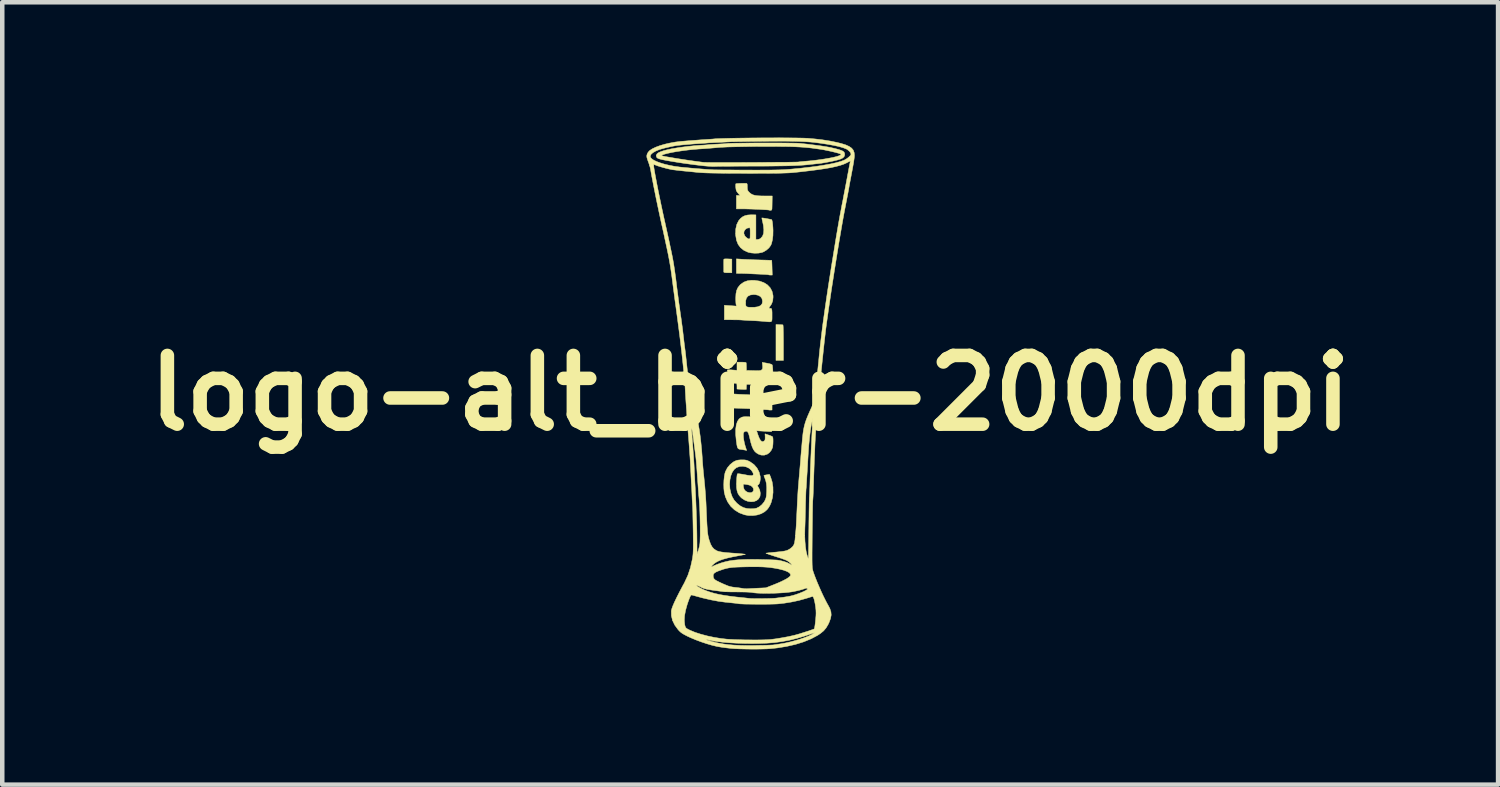
<source format=kicad_pcb>
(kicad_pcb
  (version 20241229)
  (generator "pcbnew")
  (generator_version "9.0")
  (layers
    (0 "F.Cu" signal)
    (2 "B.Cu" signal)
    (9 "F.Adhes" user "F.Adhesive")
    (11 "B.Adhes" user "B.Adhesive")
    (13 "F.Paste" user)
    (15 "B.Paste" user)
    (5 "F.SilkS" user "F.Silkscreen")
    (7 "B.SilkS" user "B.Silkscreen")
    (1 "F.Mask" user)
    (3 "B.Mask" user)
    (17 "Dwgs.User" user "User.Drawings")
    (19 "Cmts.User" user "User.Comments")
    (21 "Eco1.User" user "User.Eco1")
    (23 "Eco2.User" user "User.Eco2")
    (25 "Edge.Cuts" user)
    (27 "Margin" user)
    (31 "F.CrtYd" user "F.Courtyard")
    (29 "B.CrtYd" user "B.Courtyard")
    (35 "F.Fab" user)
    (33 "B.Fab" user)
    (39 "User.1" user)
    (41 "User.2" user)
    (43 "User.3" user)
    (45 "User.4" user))
  (footprint "logo-alt_bier-2000dpi"
    (layer "F.Cu")
    (at 13.578 5.663)
    (property "Reference" "logo-alt_bier-2000dpi" (at 0 0 0) (layer "F.SilkS") (effects (font (size 1.524 1.524) (thickness 0.3))))
    (attr through_hole)
    (fp_poly (pts (xy 0.645 -1.517) (xy 0.686 -1.515) (xy 0.716 -1.513) (xy 0.727 -1.512) (xy 0.729 -1.5) (xy 0.732 -1.465) (xy 0.733 -1.411) (xy 0.735 -1.341) (xy 0.736 -1.257) (xy 0.737 -1.164) (xy 0.737 -1.118) (xy 0.737 -0.724) (xy 0.572 -0.724) (xy 0.572 -1.52) (xy 0.645 -1.517)) (stroke (width 0.01) (type solid)) (fill yes) (layer "F.SilkS"))
    (fp_poly (pts (xy -0.495 -2.974) (xy -0.406 -2.97) (xy -0.406 -2.667) (xy -0.495 -2.667) (xy -0.547 -2.669) (xy -0.576 -2.674) (xy -0.585 -2.683) (xy -0.585 -2.708) (xy -0.585 -2.75) (xy -0.585 -2.801) (xy -0.586 -2.855) (xy -0.586 -2.904) (xy -0.585 -2.941) (xy -0.585 -2.959) (xy -0.58 -2.969) (xy -0.563 -2.974) (xy -0.528 -2.975) (xy -0.495 -2.974)) (stroke (width 0.01) (type solid)) (fill yes) (layer "F.SilkS"))
    (fp_poly (pts (xy -0.187 -2.967) (xy -0.138 -2.964) (xy -0.069 -2.961) (xy 0.013 -2.958) (xy 0.102 -2.954) (xy 0.192 -2.952) (xy 0.203 -2.951) (xy 0.284 -2.949) (xy 0.355 -2.947) (xy 0.413 -2.945) (xy 0.455 -2.943) (xy 0.476 -2.942) (xy 0.478 -2.942) (xy 0.479 -2.929) (xy 0.481 -2.896) (xy 0.483 -2.847) (xy 0.485 -2.787) (xy 0.485 -2.778) (xy 0.49 -2.616) (xy 0.45 -2.616) (xy 0.421 -2.618) (xy 0.405 -2.622) (xy 0.405 -2.622) (xy 0.391 -2.625) (xy 0.356 -2.628) (xy 0.305 -2.631) (xy 0.242 -2.634) (xy 0.209 -2.636) (xy 0.136 -2.639) (xy 0.067 -2.642) (xy 0.007 -2.645) (xy -0.035 -2.647) (xy -0.044 -2.648) (xy -0.09 -2.65) (xy -0.148 -2.652) (xy -0.206 -2.653) (xy -0.305 -2.654) (xy -0.305 -2.975) (xy -0.187 -2.967)) (stroke (width 0.01) (type solid)) (fill yes) (layer "F.SilkS"))
    (fp_poly (pts (xy -0.503 0.01) (xy -0.455 0.013) (xy -0.442 0.014) (xy -0.392 0.018) (xy -0.325 0.022) (xy -0.247 0.027) (xy -0.166 0.031) (xy -0.135 0.032) (xy -0.062 0.035) (xy 0.004 0.039) (xy 0.059 0.042) (xy 0.096 0.044) (xy 0.108 0.045) (xy 0.135 0.047) (xy 0.181 0.049) (xy 0.24 0.051) (xy 0.305 0.052) (xy 0.308 0.052) (xy 0.37 0.054) (xy 0.422 0.057) (xy 0.46 0.061) (xy 0.477 0.066) (xy 0.478 0.066) (xy 0.481 0.083) (xy 0.483 0.12) (xy 0.485 0.171) (xy 0.485 0.226) (xy 0.485 0.375) (xy 0.452 0.376) (xy 0.427 0.376) (xy 0.416 0.374) (xy 0.403 0.372) (xy 0.369 0.369) (xy 0.318 0.366) (xy 0.257 0.363) (xy 0.235 0.362) (xy 0.167 0.358) (xy 0.107 0.355) (xy 0.059 0.352) (xy 0.03 0.349) (xy 0.026 0.348) (xy 0.004 0.347) (xy -0.038 0.344) (xy -0.098 0.342) (xy -0.171 0.339) (xy -0.252 0.336) (xy -0.288 0.335) (xy -0.572 0.326) (xy -0.572 0.171) (xy -0.57 0.096) (xy -0.567 0.044) (xy -0.562 0.016) (xy -0.558 0.01) (xy -0.539 0.009) (xy -0.503 0.01)) (stroke (width 0.01) (type solid)) (fill yes) (layer "F.SilkS"))
    (fp_poly (pts (xy -0.09 -4.649) (xy -0.086 -4.649) (xy -0.073 -4.645) (xy -0.066 -4.629) (xy -0.064 -4.596) (xy -0.064 -4.571) (xy -0.062 -4.526) (xy -0.056 -4.496) (xy -0.041 -4.472) (xy -0.016 -4.445) (xy 0.017 -4.418) (xy 0.055 -4.397) (xy 0.103 -4.383) (xy 0.164 -4.374) (xy 0.243 -4.37) (xy 0.328 -4.369) (xy 0.489 -4.369) (xy 0.487 -4.239) (xy 0.486 -4.181) (xy 0.485 -4.13) (xy 0.484 -4.093) (xy 0.483 -4.08) (xy 0.476 -4.057) (xy 0.453 -4.051) (xy 0.428 -4.053) (xy 0.418 -4.056) (xy 0.404 -4.059) (xy 0.368 -4.062) (xy 0.316 -4.065) (xy 0.251 -4.069) (xy 0.177 -4.073) (xy 0.098 -4.076) (xy 0.02 -4.079) (xy -0.055 -4.081) (xy -0.121 -4.083) (xy -0.175 -4.083) (xy -0.305 -4.083) (xy -0.305 -4.381) (xy -0.224 -4.381) (xy -0.256 -4.416) (xy -0.283 -4.449) (xy -0.304 -4.48) (xy -0.305 -4.482) (xy -0.312 -4.507) (xy -0.318 -4.545) (xy -0.321 -4.586) (xy -0.321 -4.621) (xy -0.317 -4.64) (xy -0.316 -4.641) (xy -0.302 -4.643) (xy -0.27 -4.646) (xy -0.226 -4.648) (xy -0.176 -4.649) (xy -0.129 -4.65) (xy -0.09 -4.649)) (stroke (width 0.01) (type solid)) (fill yes) (layer "F.SilkS"))
    (fp_poly (pts (xy -0.134 -0.684) (xy -0.101 -0.68) (xy -0.088 -0.672) (xy -0.088 -0.67) (xy -0.087 -0.649) (xy -0.085 -0.612) (xy -0.084 -0.578) (xy -0.083 -0.502) (xy 0.074 -0.498) (xy 0.141 -0.496) (xy 0.188 -0.497) (xy 0.219 -0.5) (xy 0.24 -0.505) (xy 0.254 -0.514) (xy 0.257 -0.517) (xy 0.271 -0.534) (xy 0.277 -0.557) (xy 0.277 -0.593) (xy 0.275 -0.61) (xy 0.268 -0.681) (xy 0.375 -0.662) (xy 0.437 -0.649) (xy 0.475 -0.636) (xy 0.49 -0.623) (xy 0.494 -0.603) (xy 0.498 -0.563) (xy 0.502 -0.511) (xy 0.504 -0.47) (xy 0.506 -0.408) (xy 0.506 -0.365) (xy 0.502 -0.334) (xy 0.494 -0.307) (xy 0.48 -0.279) (xy 0.459 -0.243) (xy 0.436 -0.216) (xy 0.406 -0.198) (xy 0.367 -0.187) (xy 0.313 -0.182) (xy 0.241 -0.182) (xy 0.171 -0.184) (xy 0.102 -0.188) (xy 0.039 -0.19) (xy -0.011 -0.193) (xy -0.044 -0.194) (xy -0.051 -0.195) (xy -0.07 -0.194) (xy -0.08 -0.183) (xy -0.083 -0.156) (xy -0.084 -0.14) (xy -0.085 -0.083) (xy -0.135 -0.082) (xy -0.182 -0.083) (xy -0.232 -0.086) (xy -0.238 -0.086) (xy -0.292 -0.09) (xy -0.292 -0.153) (xy -0.294 -0.192) (xy -0.3 -0.211) (xy -0.313 -0.216) (xy -0.314 -0.216) (xy -0.351 -0.219) (xy -0.391 -0.225) (xy -0.426 -0.232) (xy -0.445 -0.239) (xy -0.446 -0.239) (xy -0.451 -0.254) (xy -0.46 -0.287) (xy -0.471 -0.332) (xy -0.482 -0.382) (xy -0.493 -0.432) (xy -0.502 -0.475) (xy -0.507 -0.504) (xy -0.508 -0.512) (xy -0.496 -0.515) (xy -0.465 -0.516) (xy -0.42 -0.515) (xy -0.4 -0.513) (xy -0.292 -0.505) (xy -0.292 -0.686) (xy -0.191 -0.686) (xy -0.134 -0.684)) (stroke (width 0.01) (type solid)) (fill yes) (layer "F.SilkS"))
    (fp_poly (pts (xy 0.086 -3.951) (xy 0.127 -3.95) (xy 0.127 -3.404) (xy 0.163 -3.404) (xy 0.2 -3.412) (xy 0.232 -3.429) (xy 0.273 -3.476) (xy 0.297 -3.539) (xy 0.303 -3.619) (xy 0.293 -3.716) (xy 0.28 -3.778) (xy 0.269 -3.825) (xy 0.262 -3.861) (xy 0.259 -3.881) (xy 0.259 -3.883) (xy 0.272 -3.882) (xy 0.303 -3.878) (xy 0.345 -3.871) (xy 0.39 -3.863) (xy 0.432 -3.855) (xy 0.464 -3.848) (xy 0.478 -3.844) (xy 0.478 -3.844) (xy 0.485 -3.825) (xy 0.493 -3.787) (xy 0.499 -3.734) (xy 0.504 -3.673) (xy 0.507 -3.609) (xy 0.507 -3.602) (xy 0.505 -3.492) (xy 0.493 -3.395) (xy 0.473 -3.314) (xy 0.457 -3.275) (xy 0.417 -3.22) (xy 0.361 -3.17) (xy 0.297 -3.131) (xy 0.262 -3.118) (xy 0.187 -3.103) (xy 0.103 -3.1) (xy 0.02 -3.107) (xy -0.047 -3.122) (xy -0.14 -3.165) (xy -0.213 -3.223) (xy -0.267 -3.296) (xy -0.303 -3.387) (xy -0.321 -3.495) (xy -0.323 -3.524) (xy -0.323 -3.536) (xy -0.14 -3.536) (xy -0.12 -3.488) (xy -0.097 -3.459) (xy -0.065 -3.434) (xy -0.037 -3.418) (xy -0.027 -3.416) (xy -0.015 -3.418) (xy -0.007 -3.425) (xy -0.002 -3.443) (xy -0.001 -3.477) (xy -0.00001 -3.53) (xy 0 -3.545) (xy -0.000455 -3.603) (xy -0.002 -3.64) (xy -0.006 -3.66) (xy -0.013 -3.667) (xy -0.02 -3.665) (xy -0.049 -3.658) (xy -0.059 -3.658) (xy -0.08 -3.649) (xy -0.106 -3.629) (xy -0.109 -3.626) (xy -0.136 -3.583) (xy -0.14 -3.536) (xy -0.323 -3.536) (xy -0.319 -3.64) (xy -0.296 -3.74) (xy -0.255 -3.822) (xy -0.214 -3.87) (xy -0.168 -3.907) (xy -0.117 -3.932) (xy -0.056 -3.947) (xy 0.02 -3.952) (xy 0.086 -3.951)) (stroke (width 0.01) (type solid)) (fill yes) (layer "F.SilkS"))
    (fp_poly (pts (xy 0.094 -2.499) (xy 0.206 -2.483) (xy 0.302 -2.449) (xy 0.382 -2.399) (xy 0.443 -2.335) (xy 0.485 -2.257) (xy 0.506 -2.168) (xy 0.508 -2.127) (xy 0.5 -2.046) (xy 0.475 -1.977) (xy 0.442 -1.927) (xy 0.421 -1.897) (xy 0.419 -1.881) (xy 0.437 -1.877) (xy 0.453 -1.878) (xy 0.467 -1.876) (xy 0.476 -1.862) (xy 0.482 -1.834) (xy 0.485 -1.788) (xy 0.485 -1.719) (xy 0.485 -1.716) (xy 0.485 -1.657) (xy 0.483 -1.616) (xy 0.474 -1.592) (xy 0.455 -1.581) (xy 0.422 -1.579) (xy 0.37 -1.583) (xy 0.324 -1.588) (xy 0.274 -1.592) (xy 0.206 -1.597) (xy 0.128 -1.602) (xy 0.049 -1.606) (xy 0.025 -1.607) (xy -0.044 -1.61) (xy -0.105 -1.614) (xy -0.153 -1.617) (xy -0.183 -1.619) (xy -0.191 -1.62) (xy -0.21 -1.621) (xy -0.249 -1.623) (xy -0.303 -1.624) (xy -0.368 -1.624) (xy -0.391 -1.625) (xy -0.572 -1.626) (xy -0.572 -1.946) (xy -0.302 -1.928) (xy -0.311 -1.956) (xy -0.315 -1.981) (xy -0.318 -2.017) (xy -0.101 -2.017) (xy -0.1 -1.964) (xy -0.093 -1.931) (xy -0.076 -1.913) (xy -0.045 -1.905) (xy -0.008 -1.902) (xy 0.091 -1.902) (xy 0.168 -1.913) (xy 0.222 -1.935) (xy 0.24 -1.949) (xy 0.264 -1.98) (xy 0.272 -2.019) (xy 0.273 -2.037) (xy 0.262 -2.094) (xy 0.23 -2.138) (xy 0.179 -2.168) (xy 0.109 -2.183) (xy 0.076 -2.184) (xy 0.005 -2.175) (xy -0.049 -2.149) (xy -0.084 -2.105) (xy -0.1 -2.043) (xy -0.101 -2.017) (xy -0.318 -2.017) (xy -0.318 -2.024) (xy -0.32 -2.077) (xy -0.32 -2.107) (xy -0.315 -2.202) (xy -0.299 -2.278) (xy -0.27 -2.34) (xy -0.226 -2.395) (xy -0.206 -2.414) (xy -0.139 -2.46) (xy -0.064 -2.488) (xy 0.025 -2.5) (xy 0.094 -2.499)) (stroke (width 0.01) (type solid)) (fill yes) (layer "F.SilkS"))
    (fp_poly (pts (xy -0.037 0.525) (xy 0.012 0.527) (xy 0.073 0.531) (xy 0.124 0.535) (xy 0.161 0.538) (xy 0.178 0.54) (xy 0.179 0.541) (xy 0.194 0.543) (xy 0.229 0.545) (xy 0.278 0.547) (xy 0.334 0.548) (xy 0.399 0.55) (xy 0.442 0.553) (xy 0.468 0.557) (xy 0.481 0.563) (xy 0.483 0.571) (xy 0.484 0.591) (xy 0.484 0.631) (xy 0.484 0.683) (xy 0.484 0.724) (xy 0.483 0.784) (xy 0.482 0.822) (xy 0.478 0.844) (xy 0.471 0.854) (xy 0.461 0.855) (xy 0.461 0.855) (xy 0.44 0.853) (xy 0.4 0.851) (xy 0.346 0.847) (xy 0.291 0.844) (xy 0.143 0.835) (xy 0.174 0.929) (xy 0.193 0.979) (xy 0.214 1.023) (xy 0.233 1.052) (xy 0.235 1.053) (xy 0.259 1.073) (xy 0.279 1.076) (xy 0.298 1.069) (xy 0.317 1.057) (xy 0.328 1.038) (xy 0.332 1.007) (xy 0.332 0.958) (xy 0.331 0.95) (xy 0.329 0.903) (xy 0.409 0.93) (xy 0.451 0.945) (xy 0.484 0.96) (xy 0.498 0.97) (xy 0.504 0.992) (xy 0.507 1.032) (xy 0.507 1.081) (xy 0.505 1.133) (xy 0.5 1.18) (xy 0.495 1.209) (xy 0.468 1.267) (xy 0.427 1.319) (xy 0.381 1.353) (xy 0.312 1.376) (xy 0.243 1.374) (xy 0.181 1.352) (xy 0.136 1.324) (xy 0.099 1.289) (xy 0.068 1.242) (xy 0.041 1.181) (xy 0.016 1.101) (xy -0.006 1.01) (xy -0.018 0.96) (xy -0.03 0.915) (xy -0.04 0.886) (xy -0.062 0.853) (xy -0.092 0.843) (xy -0.125 0.856) (xy -0.129 0.859) (xy -0.143 0.874) (xy -0.15 0.893) (xy -0.152 0.923) (xy -0.149 0.97) (xy -0.149 0.978) (xy -0.141 1.04) (xy -0.127 1.11) (xy -0.11 1.173) (xy -0.078 1.272) (xy -0.106 1.265) (xy -0.134 1.26) (xy -0.176 1.253) (xy -0.201 1.25) (xy -0.233 1.245) (xy -0.257 1.237) (xy -0.273 1.221) (xy -0.285 1.195) (xy -0.294 1.153) (xy -0.303 1.091) (xy -0.308 1.058) (xy -0.321 0.921) (xy -0.321 0.803) (xy -0.308 0.706) (xy -0.283 0.629) (xy -0.245 0.572) (xy -0.194 0.538) (xy -0.169 0.53) (xy -0.138 0.525) (xy -0.095 0.523) (xy -0.037 0.525)) (stroke (width 0.01) (type solid)) (fill yes) (layer "F.SilkS"))
    (fp_poly (pts (xy -0.13 1.481) (xy -0.09 1.486) (xy -0.055 1.497) (xy -0.014 1.517) (xy -0.002 1.523) (xy 0.084 1.584) (xy 0.151 1.66) (xy 0.198 1.75) (xy 0.223 1.848) (xy 0.225 1.905) (xy 0.217 1.96) (xy 0.202 2.005) (xy 0.181 2.033) (xy 0.179 2.034) (xy 0.165 2.045) (xy 0.165 2.058) (xy 0.177 2.08) (xy 0.185 2.092) (xy 0.213 2.152) (xy 0.225 2.219) (xy 0.219 2.283) (xy 0.216 2.292) (xy 0.187 2.345) (xy 0.141 2.382) (xy 0.083 2.404) (xy 0.018 2.409) (xy -0.052 2.399) (xy -0.121 2.372) (xy -0.186 2.329) (xy -0.205 2.312) (xy -0.245 2.267) (xy -0.274 2.217) (xy -0.292 2.16) (xy -0.302 2.089) (xy -0.302 2.056) (xy -0.152 2.056) (xy -0.146 2.097) (xy -0.133 2.135) (xy -0.104 2.17) (xy -0.063 2.195) (xy -0.017 2.208) (xy 0.025 2.206) (xy 0.056 2.19) (xy 0.075 2.156) (xy 0.072 2.117) (xy 0.051 2.08) (xy 0.014 2.052) (xy -0.02 2.039) (xy -0.065 2.028) (xy -0.087 2.025) (xy -0.152 2.016) (xy -0.152 2.056) (xy -0.302 2.056) (xy -0.303 2) (xy -0.301 1.952) (xy -0.298 1.892) (xy -0.293 1.841) (xy -0.288 1.805) (xy -0.283 1.79) (xy -0.267 1.787) (xy -0.231 1.79) (xy -0.181 1.798) (xy -0.146 1.804) (xy -0.063 1.82) (xy -0.003 1.828) (xy 0.038 1.829) (xy 0.061 1.821) (xy 0.07 1.804) (xy 0.066 1.778) (xy 0.062 1.766) (xy 0.027 1.71) (xy -0.024 1.666) (xy -0.088 1.636) (xy -0.159 1.622) (xy -0.231 1.626) (xy -0.298 1.649) (xy -0.305 1.652) (xy -0.357 1.695) (xy -0.399 1.758) (xy -0.43 1.836) (xy -0.449 1.925) (xy -0.456 2.021) (xy -0.449 2.12) (xy -0.428 2.217) (xy -0.398 2.3) (xy -0.355 2.373) (xy -0.293 2.442) (xy -0.222 2.499) (xy -0.147 2.539) (xy -0.146 2.539) (xy -0.073 2.558) (xy 0.01 2.565) (xy 0.092 2.561) (xy 0.141 2.551) (xy 0.202 2.521) (xy 0.26 2.473) (xy 0.31 2.412) (xy 0.326 2.383) (xy 0.342 2.348) (xy 0.353 2.313) (xy 0.36 2.271) (xy 0.364 2.213) (xy 0.366 2.182) (xy 0.367 2.086) (xy 0.36 2.006) (xy 0.344 1.937) (xy 0.322 1.876) (xy 0.31 1.846) (xy 0.305 1.826) (xy 0.306 1.824) (xy 0.321 1.82) (xy 0.352 1.814) (xy 0.37 1.811) (xy 0.428 1.802) (xy 0.454 1.863) (xy 0.487 1.968) (xy 0.505 2.083) (xy 0.507 2.202) (xy 0.494 2.318) (xy 0.465 2.425) (xy 0.439 2.486) (xy 0.407 2.541) (xy 0.374 2.583) (xy 0.331 2.621) (xy 0.315 2.634) (xy 0.243 2.674) (xy 0.155 2.702) (xy 0.059 2.715) (xy -0.04 2.713) (xy -0.124 2.698) (xy -0.242 2.654) (xy -0.345 2.59) (xy -0.432 2.508) (xy -0.501 2.409) (xy -0.55 2.296) (xy -0.575 2.196) (xy -0.583 2.116) (xy -0.585 2.027) (xy -0.582 1.936) (xy -0.573 1.849) (xy -0.559 1.775) (xy -0.547 1.738) (xy -0.505 1.657) (xy -0.445 1.585) (xy -0.374 1.528) (xy -0.351 1.515) (xy -0.31 1.496) (xy -0.271 1.486) (xy -0.224 1.481) (xy -0.184 1.48) (xy -0.13 1.481)) (stroke (width 0.01) (type solid)) (fill yes) (layer "F.SilkS"))
    (fp_poly (pts (xy 0.525 -5.544) (xy 0.644 -5.544) (xy 0.755 -5.543) (xy 0.856 -5.542) (xy 0.944 -5.541) (xy 1.015 -5.54) (xy 1.068 -5.538) (xy 1.099 -5.536) (xy 1.275 -5.517) (xy 1.427 -5.498) (xy 1.556 -5.481) (xy 1.663 -5.465) (xy 1.749 -5.45) (xy 1.791 -5.441) (xy 1.887 -5.419) (xy 1.961 -5.399) (xy 2.015 -5.381) (xy 2.053 -5.364) (xy 2.077 -5.345) (xy 2.09 -5.324) (xy 2.095 -5.298) (xy 2.095 -5.29) (xy 2.091 -5.258) (xy 2.074 -5.231) (xy 2.044 -5.207) (xy 1.998 -5.186) (xy 1.932 -5.166) (xy 1.845 -5.145) (xy 1.782 -5.132) (xy 1.709 -5.118) (xy 1.637 -5.105) (xy 1.575 -5.095) (xy 1.528 -5.089) (xy 1.518 -5.088) (xy 1.469 -5.083) (xy 1.407 -5.076) (xy 1.341 -5.069) (xy 1.321 -5.067) (xy 1.253 -5.06) (xy 1.183 -5.054) (xy 1.109 -5.049) (xy 1.028 -5.045) (xy 0.938 -5.041) (xy 0.836 -5.038) (xy 0.721 -5.036) (xy 0.59 -5.034) (xy 0.441 -5.032) (xy 0.271 -5.031) (xy 0.079 -5.031) (xy 0.046 -5.031) (xy -0.095 -5.03) (xy -0.229 -5.03) (xy -0.353 -5.029) (xy -0.466 -5.028) (xy -0.565 -5.028) (xy -0.648 -5.027) (xy -0.713 -5.026) (xy -0.757 -5.025) (xy -0.779 -5.024) (xy -0.78 -5.024) (xy -0.803 -5.023) (xy -0.845 -5.024) (xy -0.899 -5.027) (xy -0.946 -5.03) (xy -1.027 -5.037) (xy -1.123 -5.048) (xy -1.229 -5.061) (xy -1.342 -5.076) (xy -1.459 -5.092) (xy -1.574 -5.109) (xy -1.684 -5.127) (xy -1.786 -5.144) (xy -1.875 -5.16) (xy -1.946 -5.174) (xy -1.998 -5.187) (xy -2.003 -5.188) (xy -2.045 -5.203) (xy -2.067 -5.219) (xy -2.078 -5.24) (xy -2.078 -5.241) (xy -2.079 -5.265) (xy -1.964 -5.265) (xy -1.948 -5.258) (xy -1.925 -5.252) (xy -1.881 -5.243) (xy -1.818 -5.232) (xy -1.742 -5.219) (xy -1.654 -5.204) (xy -1.56 -5.189) (xy -1.462 -5.174) (xy -1.364 -5.159) (xy -1.271 -5.146) (xy -1.184 -5.134) (xy -1.109 -5.124) (xy -1.048 -5.116) (xy -1.022 -5.114) (xy -0.999 -5.113) (xy -0.954 -5.112) (xy -0.888 -5.111) (xy -0.804 -5.111) (xy -0.705 -5.111) (xy -0.593 -5.111) (xy -0.47 -5.111) (xy -0.339 -5.111) (xy -0.201 -5.111) (xy -0.06 -5.112) (xy 0.082 -5.112) (xy 0.224 -5.113) (xy 0.362 -5.114) (xy 0.494 -5.115) (xy 0.618 -5.116) (xy 0.731 -5.116) (xy 0.832 -5.117) (xy 0.917 -5.119) (xy 0.985 -5.12) (xy 1.032 -5.121) (xy 1.058 -5.122) (xy 1.06 -5.122) (xy 1.092 -5.126) (xy 1.139 -5.131) (xy 1.192 -5.136) (xy 1.2 -5.137) (xy 1.321 -5.147) (xy 1.439 -5.16) (xy 1.553 -5.175) (xy 1.66 -5.191) (xy 1.757 -5.208) (xy 1.842 -5.225) (xy 1.912 -5.242) (xy 1.966 -5.259) (xy 2.001 -5.275) (xy 2.014 -5.289) (xy 2.011 -5.296) (xy 1.993 -5.305) (xy 1.955 -5.317) (xy 1.901 -5.332) (xy 1.837 -5.348) (xy 1.767 -5.364) (xy 1.696 -5.379) (xy 1.628 -5.393) (xy 1.569 -5.403) (xy 1.568 -5.403) (xy 1.466 -5.417) (xy 1.373 -5.43) (xy 1.284 -5.44) (xy 1.196 -5.448) (xy 1.105 -5.454) (xy 1.009 -5.459) (xy 0.903 -5.463) (xy 0.784 -5.465) (xy 0.648 -5.466) (xy 0.492 -5.467) (xy 0.419 -5.467) (xy 0.238 -5.467) (xy 0.064 -5.466) (xy -0.099 -5.464) (xy -0.25 -5.461) (xy -0.386 -5.458) (xy -0.505 -5.455) (xy -0.605 -5.45) (xy -0.684 -5.446) (xy -0.73 -5.442) (xy -0.768 -5.438) (xy -0.815 -5.434) (xy -0.875 -5.429) (xy -0.952 -5.423) (xy -1.048 -5.416) (xy -1.143 -5.41) (xy -1.264 -5.4) (xy -1.387 -5.387) (xy -1.509 -5.371) (xy -1.626 -5.354) (xy -1.732 -5.335) (xy -1.825 -5.315) (xy -1.899 -5.296) (xy -1.937 -5.283) (xy -1.961 -5.272) (xy -1.964 -5.265) (xy -2.079 -5.265) (xy -2.08 -5.273) (xy -2.066 -5.301) (xy -2.035 -5.327) (xy -1.983 -5.351) (xy -1.911 -5.375) (xy -1.848 -5.391) (xy -1.754 -5.412) (xy -1.641 -5.432) (xy -1.515 -5.451) (xy -1.381 -5.468) (xy -1.246 -5.482) (xy -1.116 -5.492) (xy -1.086 -5.494) (xy -1.026 -5.497) (xy -0.976 -5.501) (xy -0.942 -5.504) (xy -0.927 -5.506) (xy -0.927 -5.506) (xy -0.913 -5.508) (xy -0.877 -5.51) (xy -0.826 -5.513) (xy -0.763 -5.517) (xy -0.73 -5.518) (xy -0.661 -5.522) (xy -0.598 -5.525) (xy -0.548 -5.529) (xy -0.515 -5.532) (xy -0.508 -5.533) (xy -0.486 -5.535) (xy -0.441 -5.537) (xy -0.376 -5.539) (xy -0.294 -5.54) (xy -0.198 -5.541) (xy -0.09 -5.542) (xy 0.026 -5.543) (xy 0.149 -5.544) (xy 0.275 -5.544) (xy 0.401 -5.544) (xy 0.525 -5.544)) (stroke (width 0.01) (type solid)) (fill yes) (layer "F.SilkS"))
    (fp_poly (pts (xy 0.774 -5.657) (xy 0.902 -5.656) (xy 1.018 -5.655) (xy 1.119 -5.653) (xy 1.201 -5.651) (xy 1.262 -5.648) (xy 1.27 -5.648) (xy 1.44 -5.633) (xy 1.609 -5.613) (xy 1.771 -5.587) (xy 1.918 -5.557) (xy 2.02 -5.532) (xy 2.119 -5.501) (xy 2.194 -5.467) (xy 2.249 -5.429) (xy 2.285 -5.385) (xy 2.305 -5.331) (xy 2.311 -5.266) (xy 2.311 -5.265) (xy 2.309 -5.231) (xy 2.302 -5.178) (xy 2.292 -5.109) (xy 2.278 -5.031) (xy 2.263 -4.949) (xy 2.261 -4.938) (xy 2.244 -4.85) (xy 2.228 -4.763) (xy 2.212 -4.681) (xy 2.199 -4.611) (xy 2.19 -4.559) (xy 2.19 -4.559) (xy 2.182 -4.51) (xy 2.169 -4.442) (xy 2.153 -4.36) (xy 2.136 -4.271) (xy 2.118 -4.18) (xy 2.113 -4.153) (xy 2.089 -4.03) (xy 2.062 -3.884) (xy 2.033 -3.72) (xy 2.002 -3.539) (xy 1.969 -3.346) (xy 1.936 -3.144) (xy 1.902 -2.934) (xy 1.868 -2.722) (xy 1.835 -2.508) (xy 1.802 -2.298) (xy 1.772 -2.093) (xy 1.743 -1.897) (xy 1.717 -1.713) (xy 1.693 -1.545) (xy 1.673 -1.394) (xy 1.671 -1.372) (xy 1.662 -1.297) (xy 1.651 -1.201) (xy 1.638 -1.086) (xy 1.624 -0.956) (xy 1.609 -0.814) (xy 1.593 -0.663) (xy 1.577 -0.507) (xy 1.561 -0.349) (xy 1.545 -0.193) (xy 1.53 -0.041) (xy 1.517 0.102) (xy 1.504 0.234) (xy 1.499 0.292) (xy 1.491 0.379) (xy 1.484 0.461) (xy 1.477 0.534) (xy 1.472 0.592) (xy 1.468 0.632) (xy 1.467 0.641) (xy 1.464 0.683) (xy 1.46 0.741) (xy 1.456 0.803) (xy 1.454 0.826) (xy 1.45 0.893) (xy 1.446 0.965) (xy 1.442 1.028) (xy 1.442 1.041) (xy 1.439 1.09) (xy 1.436 1.156) (xy 1.433 1.231) (xy 1.43 1.309) (xy 1.429 1.327) (xy 1.426 1.411) (xy 1.422 1.503) (xy 1.419 1.591) (xy 1.416 1.665) (xy 1.416 1.67) (xy 1.414 1.733) (xy 1.411 1.815) (xy 1.408 1.906) (xy 1.405 2.001) (xy 1.402 2.076) (xy 1.4 2.157) (xy 1.397 2.232) (xy 1.394 2.296) (xy 1.391 2.345) (xy 1.389 2.373) (xy 1.389 2.375) (xy 1.387 2.396) (xy 1.386 2.439) (xy 1.384 2.503) (xy 1.383 2.586) (xy 1.381 2.684) (xy 1.38 2.795) (xy 1.378 2.917) (xy 1.376 3.047) (xy 1.375 3.143) (xy 1.374 3.297) (xy 1.373 3.428) (xy 1.372 3.538) (xy 1.372 3.629) (xy 1.372 3.703) (xy 1.373 3.763) (xy 1.374 3.81) (xy 1.376 3.848) (xy 1.378 3.877) (xy 1.382 3.9) (xy 1.386 3.92) (xy 1.391 3.938) (xy 1.394 3.95) (xy 1.419 4.022) (xy 1.452 4.109) (xy 1.491 4.206) (xy 1.535 4.308) (xy 1.58 4.41) (xy 1.625 4.506) (xy 1.668 4.592) (xy 1.705 4.663) (xy 1.724 4.696) (xy 1.766 4.775) (xy 1.79 4.847) (xy 1.796 4.919) (xy 1.782 4.995) (xy 1.751 5.08) (xy 1.727 5.131) (xy 1.682 5.206) (xy 1.629 5.269) (xy 1.56 5.326) (xy 1.496 5.369) (xy 1.352 5.446) (xy 1.188 5.513) (xy 1.006 5.57) (xy 0.809 5.615) (xy 0.6 5.649) (xy 0.457 5.664) (xy 0.37 5.67) (xy 0.264 5.673) (xy 0.144 5.675) (xy 0.018 5.675) (xy -0.109 5.673) (xy -0.231 5.67) (xy -0.341 5.665) (xy -0.434 5.658) (xy -0.451 5.656) (xy -0.529 5.647) (xy -0.615 5.636) (xy -0.695 5.623) (xy -0.748 5.613) (xy -0.851 5.588) (xy -0.967 5.554) (xy -1.09 5.513) (xy -1.212 5.467) (xy -1.217 5.465) (xy -0.973 5.465) (xy -0.965 5.471) (xy -0.937 5.481) (xy -0.895 5.494) (xy -0.842 5.508) (xy -0.784 5.523) (xy -0.727 5.536) (xy -0.692 5.543) (xy -0.585 5.562) (xy -0.475 5.576) (xy -0.359 5.586) (xy -0.231 5.592) (xy -0.088 5.595) (xy 0.075 5.595) (xy 0.114 5.594) (xy 0.21 5.592) (xy 0.298 5.591) (xy 0.376 5.589) (xy 0.441 5.586) (xy 0.487 5.584) (xy 0.513 5.583) (xy 0.514 5.582) (xy 0.545 5.578) (xy 0.592 5.571) (xy 0.645 5.563) (xy 0.654 5.562) (xy 0.756 5.545) (xy 0.866 5.521) (xy 0.978 5.492) (xy 1.089 5.46) (xy 1.192 5.425) (xy 1.283 5.39) (xy 1.358 5.356) (xy 1.397 5.334) (xy 1.419 5.319) (xy 1.422 5.314) (xy 1.416 5.315) (xy 1.225 5.38) (xy 1.048 5.433) (xy 0.88 5.475) (xy 0.715 5.506) (xy 0.547 5.529) (xy 0.369 5.543) (xy 0.177 5.55) (xy 0.032 5.551) (xy -0.144 5.549) (xy -0.311 5.543) (xy -0.468 5.534) (xy -0.61 5.522) (xy -0.734 5.507) (xy -0.836 5.49) (xy -0.853 5.486) (xy -0.903 5.475) (xy -0.944 5.468) (xy -0.969 5.465) (xy -0.973 5.465) (xy -1.217 5.465) (xy -1.324 5.42) (xy -1.391 5.389) (xy -1.455 5.356) (xy -1.503 5.328) (xy -1.54 5.301) (xy -1.573 5.27) (xy -1.599 5.241) (xy -1.671 5.143) (xy -1.72 5.041) (xy -1.721 5.038) (xy -1.46 5.038) (xy -1.451 5.129) (xy -1.446 5.152) (xy -1.438 5.18) (xy -1.427 5.2) (xy -1.409 5.217) (xy -1.378 5.235) (xy -1.329 5.259) (xy -1.328 5.259) (xy -1.22 5.304) (xy -1.092 5.345) (xy -0.949 5.383) (xy -0.798 5.415) (xy -0.643 5.44) (xy -0.519 5.454) (xy -0.441 5.459) (xy -0.346 5.464) (xy -0.238 5.467) (xy -0.123 5.47) (xy -0.005 5.471) (xy 0.111 5.472) (xy 0.22 5.471) (xy 0.318 5.469) (xy 0.399 5.465) (xy 0.455 5.461) (xy 0.574 5.446) (xy 0.707 5.424) (xy 0.842 5.399) (xy 0.968 5.371) (xy 0.991 5.365) (xy 1.035 5.353) (xy 1.092 5.337) (xy 1.155 5.317) (xy 1.221 5.296) (xy 1.285 5.276) (xy 1.341 5.256) (xy 1.386 5.241) (xy 1.414 5.23) (xy 1.42 5.226) (xy 1.426 5.209) (xy 1.433 5.172) (xy 1.44 5.122) (xy 1.447 5.062) (xy 1.453 5) (xy 1.458 4.94) (xy 1.46 4.888) (xy 1.46 4.87) (xy 1.458 4.81) (xy 1.451 4.744) (xy 1.441 4.679) (xy 1.429 4.618) (xy 1.416 4.566) (xy 1.402 4.528) (xy 1.389 4.509) (xy 1.383 4.507) (xy 1.364 4.513) (xy 1.327 4.524) (xy 1.277 4.54) (xy 1.226 4.555) (xy 1.08 4.596) (xy 0.921 4.63) (xy 0.762 4.656) (xy 0.622 4.672) (xy 0.573 4.675) (xy 0.507 4.677) (xy 0.426 4.679) (xy 0.336 4.68) (xy 0.241 4.68) (xy 0.143 4.68) (xy 0.048 4.679) (xy -0.04 4.678) (xy -0.118 4.677) (xy -0.182 4.674) (xy -0.228 4.672) (xy -0.248 4.67) (xy -0.284 4.664) (xy -0.33 4.658) (xy -0.349 4.656) (xy -0.389 4.652) (xy -0.445 4.646) (xy -0.51 4.639) (xy -0.552 4.635) (xy -0.702 4.615) (xy -0.872 4.583) (xy -1.057 4.54) (xy -1.255 4.486) (xy -1.296 4.475) (xy -1.31 4.48) (xy -1.328 4.505) (xy -1.348 4.551) (xy -1.373 4.619) (xy -1.396 4.686) (xy -1.433 4.82) (xy -1.454 4.936) (xy -1.46 5.038) (xy -1.721 5.038) (xy -1.746 4.936) (xy -1.748 4.832) (xy -1.747 4.822) (xy -1.736 4.778) (xy -1.713 4.715) (xy -1.677 4.632) (xy -1.629 4.532) (xy -1.57 4.415) (xy -1.5 4.283) (xy -1.488 4.261) (xy -1.194 4.261) (xy -1.183 4.274) (xy -1.153 4.295) (xy -1.11 4.319) (xy -1.058 4.346) (xy -1.002 4.37) (xy -0.965 4.385) (xy -0.88 4.414) (xy -0.79 4.44) (xy -0.691 4.463) (xy -0.579 4.483) (xy -0.451 4.502) (xy -0.305 4.52) (xy -0.171 4.534) (xy -0.112 4.54) (xy -0.06 4.546) (xy -0.022 4.55) (xy -0.006 4.552) (xy 0.024 4.554) (xy 0.074 4.555) (xy 0.139 4.556) (xy 0.213 4.556) (xy 0.292 4.555) (xy 0.37 4.554) (xy 0.442 4.552) (xy 0.503 4.55) (xy 0.547 4.547) (xy 0.559 4.546) (xy 0.618 4.539) (xy 0.682 4.531) (xy 0.718 4.527) (xy 0.771 4.52) (xy 0.834 4.51) (xy 0.888 4.5) (xy 0.945 4.486) (xy 1.008 4.467) (xy 1.073 4.444) (xy 1.135 4.42) (xy 1.191 4.396) (xy 1.235 4.373) (xy 1.263 4.355) (xy 1.27 4.344) (xy 1.26 4.326) (xy 1.237 4.324) (xy 1.221 4.33) (xy 1.191 4.341) (xy 1.143 4.356) (xy 1.083 4.372) (xy 1.017 4.387) (xy 0.953 4.4) (xy 0.921 4.406) (xy 0.844 4.416) (xy 0.752 4.425) (xy 0.65 4.431) (xy 0.542 4.436) (xy 0.434 4.438) (xy 0.329 4.439) (xy 0.233 4.437) (xy 0.149 4.433) (xy 0.083 4.427) (xy 0.049 4.421) (xy 0.019 4.417) (xy -0.032 4.413) (xy -0.099 4.41) (xy -0.176 4.409) (xy -0.26 4.408) (xy -0.275 4.408) (xy -0.358 4.407) (xy -0.435 4.407) (xy -0.502 4.405) (xy -0.554 4.404) (xy -0.587 4.402) (xy -0.591 4.401) (xy -0.699 4.387) (xy -0.785 4.376) (xy -0.853 4.366) (xy -0.905 4.358) (xy -0.945 4.351) (xy -0.975 4.344) (xy -1 4.338) (xy -1.01 4.335) (xy -1.048 4.322) (xy -1.077 4.31) (xy -1.086 4.305) (xy -1.105 4.294) (xy -1.133 4.281) (xy -1.163 4.269) (xy -1.186 4.261) (xy -1.194 4.261) (xy -1.488 4.261) (xy -1.46 4.21) (xy -1.386 4.052) (xy -0.82 4.052) (xy -0.816 4.08) (xy -0.81 4.102) (xy -0.797 4.121) (xy -0.775 4.141) (xy -0.74 4.162) (xy -0.688 4.188) (xy -0.617 4.221) (xy -0.608 4.225) (xy -0.538 4.255) (xy -0.485 4.276) (xy -0.438 4.29) (xy -0.393 4.299) (xy -0.34 4.306) (xy -0.33 4.307) (xy -0.272 4.313) (xy -0.218 4.321) (xy -0.177 4.327) (xy -0.165 4.33) (xy -0.125 4.335) (xy -0.075 4.337) (xy -0.057 4.336) (xy -0.02 4.334) (xy 0.035 4.331) (xy 0.101 4.328) (xy 0.171 4.324) (xy 0.178 4.324) (xy 0.349 4.316) (xy 0.544 4.239) (xy 0.647 4.196) (xy 0.734 4.155) (xy 0.805 4.118) (xy 0.856 4.084) (xy 0.887 4.056) (xy 0.893 4.046) (xy 0.893 4.013) (xy 0.868 3.983) (xy 0.819 3.954) (xy 0.744 3.926) (xy 0.646 3.901) (xy 0.637 3.899) (xy 0.549 3.882) (xy 0.462 3.869) (xy 0.372 3.859) (xy 0.276 3.853) (xy 0.167 3.85) (xy 0.041 3.85) (xy -0.077 3.851) (xy -0.192 3.854) (xy -0.286 3.857) (xy -0.363 3.861) (xy -0.428 3.868) (xy -0.485 3.877) (xy -0.539 3.889) (xy -0.593 3.904) (xy -0.653 3.925) (xy -0.691 3.938) (xy -0.753 3.964) (xy -0.793 3.989) (xy -0.815 4.017) (xy -0.82 4.052) (xy -1.386 4.052) (xy -1.382 4.044) (xy -1.323 3.866) (xy -1.281 3.677) (xy -1.275 3.639) (xy -1.27 3.601) (xy -1.266 3.562) (xy -1.264 3.518) (xy -1.262 3.466) (xy -1.261 3.402) (xy -1.261 3.323) (xy -1.262 3.228) (xy -1.263 3.111) (xy -1.264 3.042) (xy -1.266 2.93) (xy -1.268 2.826) (xy -1.27 2.731) (xy -1.271 2.649) (xy -1.273 2.583) (xy -1.275 2.536) (xy -1.276 2.51) (xy -1.276 2.508) (xy -1.278 2.482) (xy -1.281 2.436) (xy -1.285 2.376) (xy -1.288 2.309) (xy -1.289 2.286) (xy -1.292 2.212) (xy -1.295 2.139) (xy -1.299 2.074) (xy -1.301 2.026) (xy -1.302 2.019) (xy -1.305 1.972) (xy -1.308 1.909) (xy -1.312 1.838) (xy -1.314 1.784) (xy -1.319 1.688) (xy -1.324 1.596) (xy -1.328 1.507) (xy -1.334 1.416) (xy -1.341 1.321) (xy -1.348 1.216) (xy -1.357 1.1) (xy -1.367 0.968) (xy -1.38 0.816) (xy -1.383 0.775) (xy -1.305 0.775) (xy -1.302 0.8) (xy -1.298 0.836) (xy -1.293 0.886) (xy -1.29 0.933) (xy -1.275 1.128) (xy -1.263 1.299) (xy -1.253 1.445) (xy -1.245 1.57) (xy -1.24 1.673) (xy -1.239 1.695) (xy -1.235 1.793) (xy -1.23 1.885) (xy -1.225 1.98) (xy -1.219 2.086) (xy -1.213 2.197) (xy -1.211 2.23) (xy -1.209 2.268) (xy -1.207 2.314) (xy -1.205 2.371) (xy -1.202 2.44) (xy -1.199 2.526) (xy -1.195 2.629) (xy -1.191 2.754) (xy -1.187 2.851) (xy -1.185 2.928) (xy -1.183 3.021) (xy -1.181 3.123) (xy -1.18 3.225) (xy -1.179 3.302) (xy -1.178 3.562) (xy -1.154 3.501) (xy -1.14 3.456) (xy -1.126 3.399) (xy -1.116 3.342) (xy -1.112 3.3) (xy -1.11 3.237) (xy -1.108 3.157) (xy -1.108 3.064) (xy -1.108 2.962) (xy -1.11 2.855) (xy -1.112 2.747) (xy -1.115 2.643) (xy -1.119 2.546) (xy -1.124 2.46) (xy -1.129 2.391) (xy -1.129 2.388) (xy -1.135 2.316) (xy -1.142 2.24) (xy -1.147 2.17) (xy -1.149 2.146) (xy -1.16 1.986) (xy -1.17 1.849) (xy -1.178 1.733) (xy -1.185 1.636) (xy -1.192 1.557) (xy -1.197 1.494) (xy -1.202 1.444) (xy -1.206 1.406) (xy -1.207 1.403) (xy -1.226 1.253) (xy -1.243 1.126) (xy -1.257 1.021) (xy -1.268 0.937) (xy -1.278 0.873) (xy -1.286 0.827) (xy -1.292 0.798) (xy -1.295 0.785) (xy -1.303 0.769) (xy -1.305 0.775) (xy -1.383 0.775) (xy -1.39 0.686) (xy -1.394 0.641) (xy -1.398 0.582) (xy -1.402 0.517) (xy -1.403 0.489) (xy -1.407 0.425) (xy -1.411 0.362) (xy -1.415 0.309) (xy -1.416 0.292) (xy -1.423 0.199) (xy -1.43 0.086) (xy -1.438 -0.042) (xy -1.442 -0.121) (xy -1.448 -0.209) (xy -1.457 -0.319) (xy -1.469 -0.448) (xy -1.484 -0.594) (xy -1.501 -0.753) (xy -1.52 -0.923) (xy -1.541 -1.1) (xy -1.563 -1.282) (xy -1.587 -1.465) (xy -1.611 -1.647) (xy -1.632 -1.803) (xy -1.648 -1.921) (xy -1.666 -2.049) (xy -1.683 -2.18) (xy -1.7 -2.306) (xy -1.715 -2.421) (xy -1.727 -2.515) (xy -1.737 -2.592) (xy -1.747 -2.664) (xy -1.757 -2.733) (xy -1.767 -2.8) (xy -1.779 -2.869) (xy -1.792 -2.943) (xy -1.807 -3.023) (xy -1.825 -3.112) (xy -1.846 -3.212) (xy -1.871 -3.327) (xy -1.899 -3.458) (xy -1.932 -3.609) (xy -1.971 -3.781) (xy -1.981 -3.829) (xy -2.002 -3.926) (xy -2.025 -4.033) (xy -2.049 -4.147) (xy -2.074 -4.265) (xy -2.098 -4.383) (xy -2.121 -4.498) (xy -2.143 -4.608) (xy -2.162 -4.707) (xy -2.179 -4.795) (xy -2.192 -4.866) (xy -2.201 -4.918) (xy -2.204 -4.94) (xy -2.213 -4.985) (xy -2.229 -5.042) (xy -2.232 -5.05) (xy -2.14 -5.05) (xy -2.136 -5.013) (xy -2.127 -4.955) (xy -2.114 -4.879) (xy -2.097 -4.787) (xy -2.077 -4.683) (xy -2.055 -4.567) (xy -2.03 -4.443) (xy -2.003 -4.313) (xy -1.975 -4.178) (xy -1.946 -4.042) (xy -1.917 -3.907) (xy -1.887 -3.775) (xy -1.88 -3.74) (xy -1.855 -3.631) (xy -1.829 -3.512) (xy -1.802 -3.391) (xy -1.778 -3.275) (xy -1.756 -3.172) (xy -1.746 -3.124) (xy -1.728 -3.037) (xy -1.713 -2.959) (xy -1.7 -2.885) (xy -1.688 -2.811) (xy -1.676 -2.733) (xy -1.664 -2.646) (xy -1.65 -2.545) (xy -1.635 -2.425) (xy -1.626 -2.349) (xy -1.61 -2.228) (xy -1.595 -2.113) (xy -1.58 -1.997) (xy -1.562 -1.873) (xy -1.543 -1.735) (xy -1.531 -1.657) (xy -1.52 -1.573) (xy -1.508 -1.486) (xy -1.497 -1.404) (xy -1.489 -1.334) (xy -1.486 -1.308) (xy -1.477 -1.232) (xy -1.467 -1.146) (xy -1.457 -1.065) (xy -1.454 -1.041) (xy -1.446 -0.98) (xy -1.439 -0.928) (xy -1.433 -0.878) (xy -1.427 -0.827) (xy -1.421 -0.769) (xy -1.413 -0.699) (xy -1.404 -0.612) (xy -1.397 -0.546) (xy -1.384 -0.433) (xy -1.369 -0.328) (xy -1.349 -0.223) (xy -1.323 -0.107) (xy -1.31 -0.051) (xy -1.261 0.153) (xy -1.219 0.336) (xy -1.184 0.504) (xy -1.154 0.66) (xy -1.129 0.808) (xy -1.108 0.952) (xy -1.091 1.097) (xy -1.076 1.247) (xy -1.064 1.406) (xy -1.061 1.454) (xy -1.056 1.531) (xy -1.05 1.602) (xy -1.044 1.672) (xy -1.037 1.751) (xy -1.027 1.844) (xy -1.022 1.892) (xy -1.004 2.077) (xy -0.99 2.252) (xy -0.979 2.428) (xy -0.972 2.597) (xy -0.966 2.73) (xy -0.961 2.841) (xy -0.956 2.932) (xy -0.951 3.006) (xy -0.946 3.067) (xy -0.94 3.118) (xy -0.933 3.161) (xy -0.925 3.2) (xy -0.915 3.237) (xy -0.905 3.27) (xy -0.877 3.349) (xy -0.845 3.407) (xy -0.806 3.452) (xy -0.758 3.485) (xy -0.728 3.5) (xy -0.689 3.512) (xy -0.639 3.522) (xy -0.574 3.531) (xy -0.49 3.539) (xy -0.385 3.547) (xy -0.356 3.549) (xy -0.282 3.554) (xy -0.217 3.56) (xy -0.162 3.565) (xy -0.124 3.57) (xy -0.106 3.574) (xy -0.105 3.574) (xy -0.115 3.577) (xy -0.146 3.584) (xy -0.193 3.593) (xy -0.251 3.604) (xy -0.257 3.605) (xy -0.391 3.631) (xy -0.502 3.656) (xy -0.594 3.681) (xy -0.668 3.707) (xy -0.728 3.734) (xy -0.777 3.764) (xy -0.805 3.786) (xy -0.841 3.82) (xy -0.859 3.842) (xy -0.86 3.851) (xy -0.843 3.847) (xy -0.822 3.836) (xy -0.793 3.822) (xy -0.747 3.803) (xy -0.69 3.782) (xy -0.646 3.766) (xy -0.56 3.741) (xy -0.468 3.72) (xy -0.368 3.705) (xy -0.256 3.694) (xy -0.129 3.688) (xy 0.015 3.686) (xy 0.182 3.687) (xy 0.203 3.688) (xy 0.297 3.69) (xy 0.386 3.692) (xy 0.465 3.695) (xy 0.531 3.698) (xy 0.579 3.7) (xy 0.603 3.702) (xy 0.677 3.715) (xy 0.751 3.734) (xy 0.817 3.756) (xy 0.868 3.781) (xy 0.884 3.791) (xy 0.913 3.81) (xy 0.925 3.814) (xy 0.922 3.803) (xy 0.904 3.781) (xy 0.876 3.755) (xy 0.855 3.738) (xy 0.833 3.723) (xy 0.808 3.709) (xy 0.776 3.695) (xy 0.733 3.679) (xy 0.676 3.659) (xy 0.6 3.635) (xy 0.528 3.612) (xy 0.464 3.591) (xy 0.411 3.573) (xy 0.372 3.559) (xy 0.352 3.55) (xy 0.35 3.548) (xy 0.366 3.546) (xy 0.403 3.541) (xy 0.456 3.536) (xy 0.521 3.529) (xy 0.568 3.525) (xy 0.654 3.516) (xy 0.72 3.508) (xy 0.77 3.5) (xy 0.809 3.49) (xy 0.84 3.477) (xy 0.87 3.46) (xy 0.892 3.446) (xy 0.935 3.41) (xy 0.965 3.37) (xy 0.983 3.319) (xy 0.994 3.251) (xy 0.996 3.226) (xy 1.001 3.17) (xy 1.001 3.16) (xy 1.21 3.16) (xy 1.215 3.284) (xy 1.225 3.401) (xy 1.24 3.505) (xy 1.26 3.588) (xy 1.273 3.629) (xy 1.283 3.656) (xy 1.289 3.665) (xy 1.29 3.664) (xy 1.291 3.649) (xy 1.292 3.611) (xy 1.293 3.553) (xy 1.294 3.477) (xy 1.296 3.384) (xy 1.297 3.279) (xy 1.299 3.162) (xy 1.3 3.038) (xy 1.301 2.991) (xy 1.302 2.863) (xy 1.304 2.742) (xy 1.305 2.63) (xy 1.307 2.53) (xy 1.308 2.445) (xy 1.31 2.377) (xy 1.311 2.329) (xy 1.312 2.302) (xy 1.313 2.299) (xy 1.314 2.277) (xy 1.317 2.234) (xy 1.319 2.174) (xy 1.322 2.101) (xy 1.325 2.019) (xy 1.326 1.975) (xy 1.329 1.882) (xy 1.332 1.789) (xy 1.334 1.702) (xy 1.337 1.626) (xy 1.339 1.569) (xy 1.34 1.556) (xy 1.343 1.49) (xy 1.346 1.41) (xy 1.35 1.326) (xy 1.352 1.264) (xy 1.359 1.127) (xy 1.365 0.997) (xy 1.371 0.878) (xy 1.377 0.772) (xy 1.383 0.683) (xy 1.388 0.615) (xy 1.391 0.584) (xy 1.393 0.562) (xy 1.39 0.561) (xy 1.383 0.583) (xy 1.373 0.622) (xy 1.353 0.717) (xy 1.334 0.836) (xy 1.317 0.979) (xy 1.301 1.144) (xy 1.288 1.33) (xy 1.276 1.53) (xy 1.273 1.597) (xy 1.269 1.664) (xy 1.266 1.72) (xy 1.264 1.746) (xy 1.261 1.792) (xy 1.257 1.854) (xy 1.253 1.922) (xy 1.251 1.962) (xy 1.247 2.023) (xy 1.244 2.079) (xy 1.24 2.121) (xy 1.238 2.14) (xy 1.237 2.163) (xy 1.235 2.207) (xy 1.233 2.269) (xy 1.231 2.345) (xy 1.228 2.431) (xy 1.226 2.521) (xy 1.224 2.623) (xy 1.221 2.728) (xy 1.219 2.828) (xy 1.216 2.92) (xy 1.213 2.995) (xy 1.212 3.035) (xy 1.21 3.16) (xy 1.001 3.16) (xy 1.005 3.118) (xy 1.009 3.079) (xy 1.01 3.073) (xy 1.014 3.03) (xy 1.019 2.963) (xy 1.024 2.875) (xy 1.029 2.767) (xy 1.035 2.648) (xy 1.041 2.522) (xy 1.046 2.416) (xy 1.051 2.324) (xy 1.056 2.239) (xy 1.061 2.156) (xy 1.068 2.07) (xy 1.076 1.973) (xy 1.085 1.862) (xy 1.087 1.848) (xy 1.095 1.75) (xy 1.103 1.655) (xy 1.111 1.568) (xy 1.117 1.493) (xy 1.122 1.434) (xy 1.124 1.397) (xy 1.129 1.342) (xy 1.133 1.289) (xy 1.137 1.251) (xy 1.14 1.211) (xy 1.145 1.158) (xy 1.149 1.111) (xy 1.16 0.991) (xy 1.171 0.891) (xy 1.184 0.806) (xy 1.2 0.73) (xy 1.22 0.658) (xy 1.245 0.585) (xy 1.277 0.506) (xy 1.317 0.414) (xy 1.326 0.394) (xy 1.432 0.159) (xy 1.492 -0.45) (xy 1.504 -0.572) (xy 1.516 -0.688) (xy 1.526 -0.793) (xy 1.535 -0.886) (xy 1.543 -0.965) (xy 1.55 -1.026) (xy 1.554 -1.066) (xy 1.556 -1.085) (xy 1.556 -1.085) (xy 1.559 -1.107) (xy 1.564 -1.148) (xy 1.571 -1.204) (xy 1.579 -1.269) (xy 1.581 -1.289) (xy 1.593 -1.387) (xy 1.608 -1.507) (xy 1.627 -1.643) (xy 1.648 -1.794) (xy 1.671 -1.954) (xy 1.695 -2.12) (xy 1.72 -2.288) (xy 1.746 -2.455) (xy 1.771 -2.615) (xy 1.795 -2.767) (xy 1.797 -2.781) (xy 1.812 -2.873) (xy 1.83 -2.982) (xy 1.849 -3.101) (xy 1.869 -3.223) (xy 1.888 -3.341) (xy 1.899 -3.41) (xy 1.918 -3.523) (xy 1.94 -3.652) (xy 1.964 -3.79) (xy 1.989 -3.929) (xy 2.014 -4.06) (xy 2.031 -4.153) (xy 2.054 -4.267) (xy 2.077 -4.39) (xy 2.101 -4.514) (xy 2.124 -4.634) (xy 2.144 -4.741) (xy 2.159 -4.824) (xy 2.175 -4.907) (xy 2.189 -4.982) (xy 2.201 -5.045) (xy 2.211 -5.093) (xy 2.217 -5.122) (xy 2.219 -5.128) (xy 2.222 -5.138) (xy 2.219 -5.142) (xy 2.205 -5.137) (xy 2.176 -5.123) (xy 2.14 -5.104) (xy 2.076 -5.075) (xy 1.997 -5.048) (xy 1.9 -5.022) (xy 1.786 -4.997) (xy 1.651 -4.974) (xy 1.495 -4.951) (xy 1.316 -4.928) (xy 1.143 -4.908) (xy 1.093 -4.902) (xy 1.044 -4.897) (xy 1.035 -4.896) (xy 0.985 -4.891) (xy 0.934 -4.886) (xy 0.879 -4.882) (xy 0.818 -4.879) (xy 0.75 -4.877) (xy 0.671 -4.874) (xy 0.579 -4.873) (xy 0.472 -4.872) (xy 0.347 -4.871) (xy 0.202 -4.871) (xy 0.035 -4.87) (xy -0.025 -4.87) (xy -0.238 -4.871) (xy -0.427 -4.871) (xy -0.593 -4.873) (xy -0.738 -4.875) (xy -0.863 -4.877) (xy -0.969 -4.88) (xy -1.058 -4.884) (xy -1.131 -4.889) (xy -1.189 -4.894) (xy -1.206 -4.896) (xy -1.234 -4.899) (xy -1.282 -4.904) (xy -1.344 -4.91) (xy -1.414 -4.917) (xy -1.457 -4.921) (xy -1.533 -4.929) (xy -1.606 -4.937) (xy -1.671 -4.945) (xy -1.72 -4.951) (xy -1.736 -4.954) (xy -1.795 -4.966) (xy -1.862 -4.982) (xy -1.932 -5.001) (xy -1.998 -5.02) (xy -2.053 -5.037) (xy -2.09 -5.051) (xy -2.092 -5.052) (xy -2.12 -5.063) (xy -2.138 -5.066) (xy -2.139 -5.066) (xy -2.14 -5.05) (xy -2.232 -5.05) (xy -2.249 -5.103) (xy -2.257 -5.123) (xy -2.279 -5.186) (xy -2.291 -5.232) (xy -2.291 -5.254) (xy -2.214 -5.254) (xy -2.211 -5.229) (xy -2.188 -5.198) (xy -2.143 -5.166) (xy -2.078 -5.134) (xy -1.997 -5.104) (xy -1.903 -5.075) (xy -1.798 -5.05) (xy -1.686 -5.028) (xy -1.57 -5.012) (xy -1.562 -5.011) (xy -1.486 -5.003) (xy -1.395 -4.995) (xy -1.294 -4.985) (xy -1.189 -4.976) (xy -1.085 -4.968) (xy -0.988 -4.96) (xy -0.903 -4.954) (xy -0.836 -4.95) (xy -0.813 -4.949) (xy -0.784 -4.948) (xy -0.733 -4.948) (xy -0.662 -4.947) (xy -0.574 -4.946) (xy -0.471 -4.946) (xy -0.356 -4.945) (xy -0.231 -4.944) (xy -0.1 -4.944) (xy -0.038 -4.944) (xy 0.14 -4.943) (xy 0.295 -4.944) (xy 0.429 -4.944) (xy 0.545 -4.946) (xy 0.644 -4.948) (xy 0.728 -4.951) (xy 0.8 -4.955) (xy 0.862 -4.96) (xy 0.864 -4.96) (xy 1.082 -4.98) (xy 1.284 -5.003) (xy 1.468 -5.026) (xy 1.633 -5.052) (xy 1.778 -5.078) (xy 1.901 -5.105) (xy 2.002 -5.133) (xy 2.079 -5.161) (xy 2.098 -5.17) (xy 2.144 -5.198) (xy 2.185 -5.23) (xy 2.217 -5.261) (xy 2.234 -5.288) (xy 2.235 -5.296) (xy 2.225 -5.328) (xy 2.196 -5.364) (xy 2.157 -5.396) (xy 2.136 -5.409) (xy 2.065 -5.437) (xy 1.97 -5.465) (xy 1.85 -5.491) (xy 1.704 -5.517) (xy 1.534 -5.542) (xy 1.422 -5.556) (xy 1.333 -5.565) (xy 1.227 -5.572) (xy 1.105 -5.578) (xy 0.963 -5.582) (xy 0.801 -5.584) (xy 0.618 -5.584) (xy 0.411 -5.583) (xy 0.29 -5.582) (xy 0.16 -5.58) (xy 0.035 -5.579) (xy -0.081 -5.577) (xy -0.187 -5.575) (xy -0.279 -5.574) (xy -0.355 -5.572) (xy -0.412 -5.571) (xy -0.447 -5.57) (xy -0.451 -5.569) (xy -0.497 -5.567) (xy -0.561 -5.564) (xy -0.635 -5.56) (xy -0.711 -5.557) (xy -0.724 -5.556) (xy -0.794 -5.553) (xy -0.86 -5.55) (xy -0.915 -5.547) (xy -0.952 -5.544) (xy -0.959 -5.543) (xy -0.994 -5.54) (xy -1.046 -5.537) (xy -1.106 -5.533) (xy -1.137 -5.531) (xy -1.239 -5.524) (xy -1.358 -5.514) (xy -1.486 -5.503) (xy -1.592 -5.492) (xy -1.646 -5.485) (xy -1.716 -5.472) (xy -1.794 -5.455) (xy -1.874 -5.437) (xy -1.945 -5.418) (xy -2.002 -5.401) (xy -2.01 -5.399) (xy -2.095 -5.364) (xy -2.157 -5.328) (xy -2.198 -5.291) (xy -2.214 -5.254) (xy -2.291 -5.254) (xy -2.291 -5.269) (xy -2.281 -5.304) (xy -2.26 -5.341) (xy -2.225 -5.378) (xy -2.168 -5.415) (xy -2.092 -5.451) (xy -2 -5.485) (xy -1.895 -5.516) (xy -1.781 -5.542) (xy -1.66 -5.564) (xy -1.536 -5.579) (xy -1.511 -5.581) (xy -1.353 -5.594) (xy -1.217 -5.604) (xy -1.101 -5.613) (xy -1.002 -5.619) (xy -0.991 -5.62) (xy -0.93 -5.624) (xy -0.874 -5.628) (xy -0.83 -5.631) (xy -0.813 -5.633) (xy -0.767 -5.637) (xy -0.698 -5.64) (xy -0.61 -5.643) (xy -0.504 -5.646) (xy -0.384 -5.649) (xy -0.252 -5.651) (xy -0.111 -5.653) (xy 0.037 -5.655) (xy 0.188 -5.656) (xy 0.34 -5.657) (xy 0.49 -5.657) (xy 0.636 -5.658) (xy 0.774 -5.657)) (stroke (width 0.01) (type solid)) (fill yes) (layer "F.SilkS")))
  (gr_rect
    (start -3 -3)
    (end 30.156 14.342)
    (stroke (width 0.1) (type default))
    (fill no)
    (layer "Edge.Cuts")))
</source>
